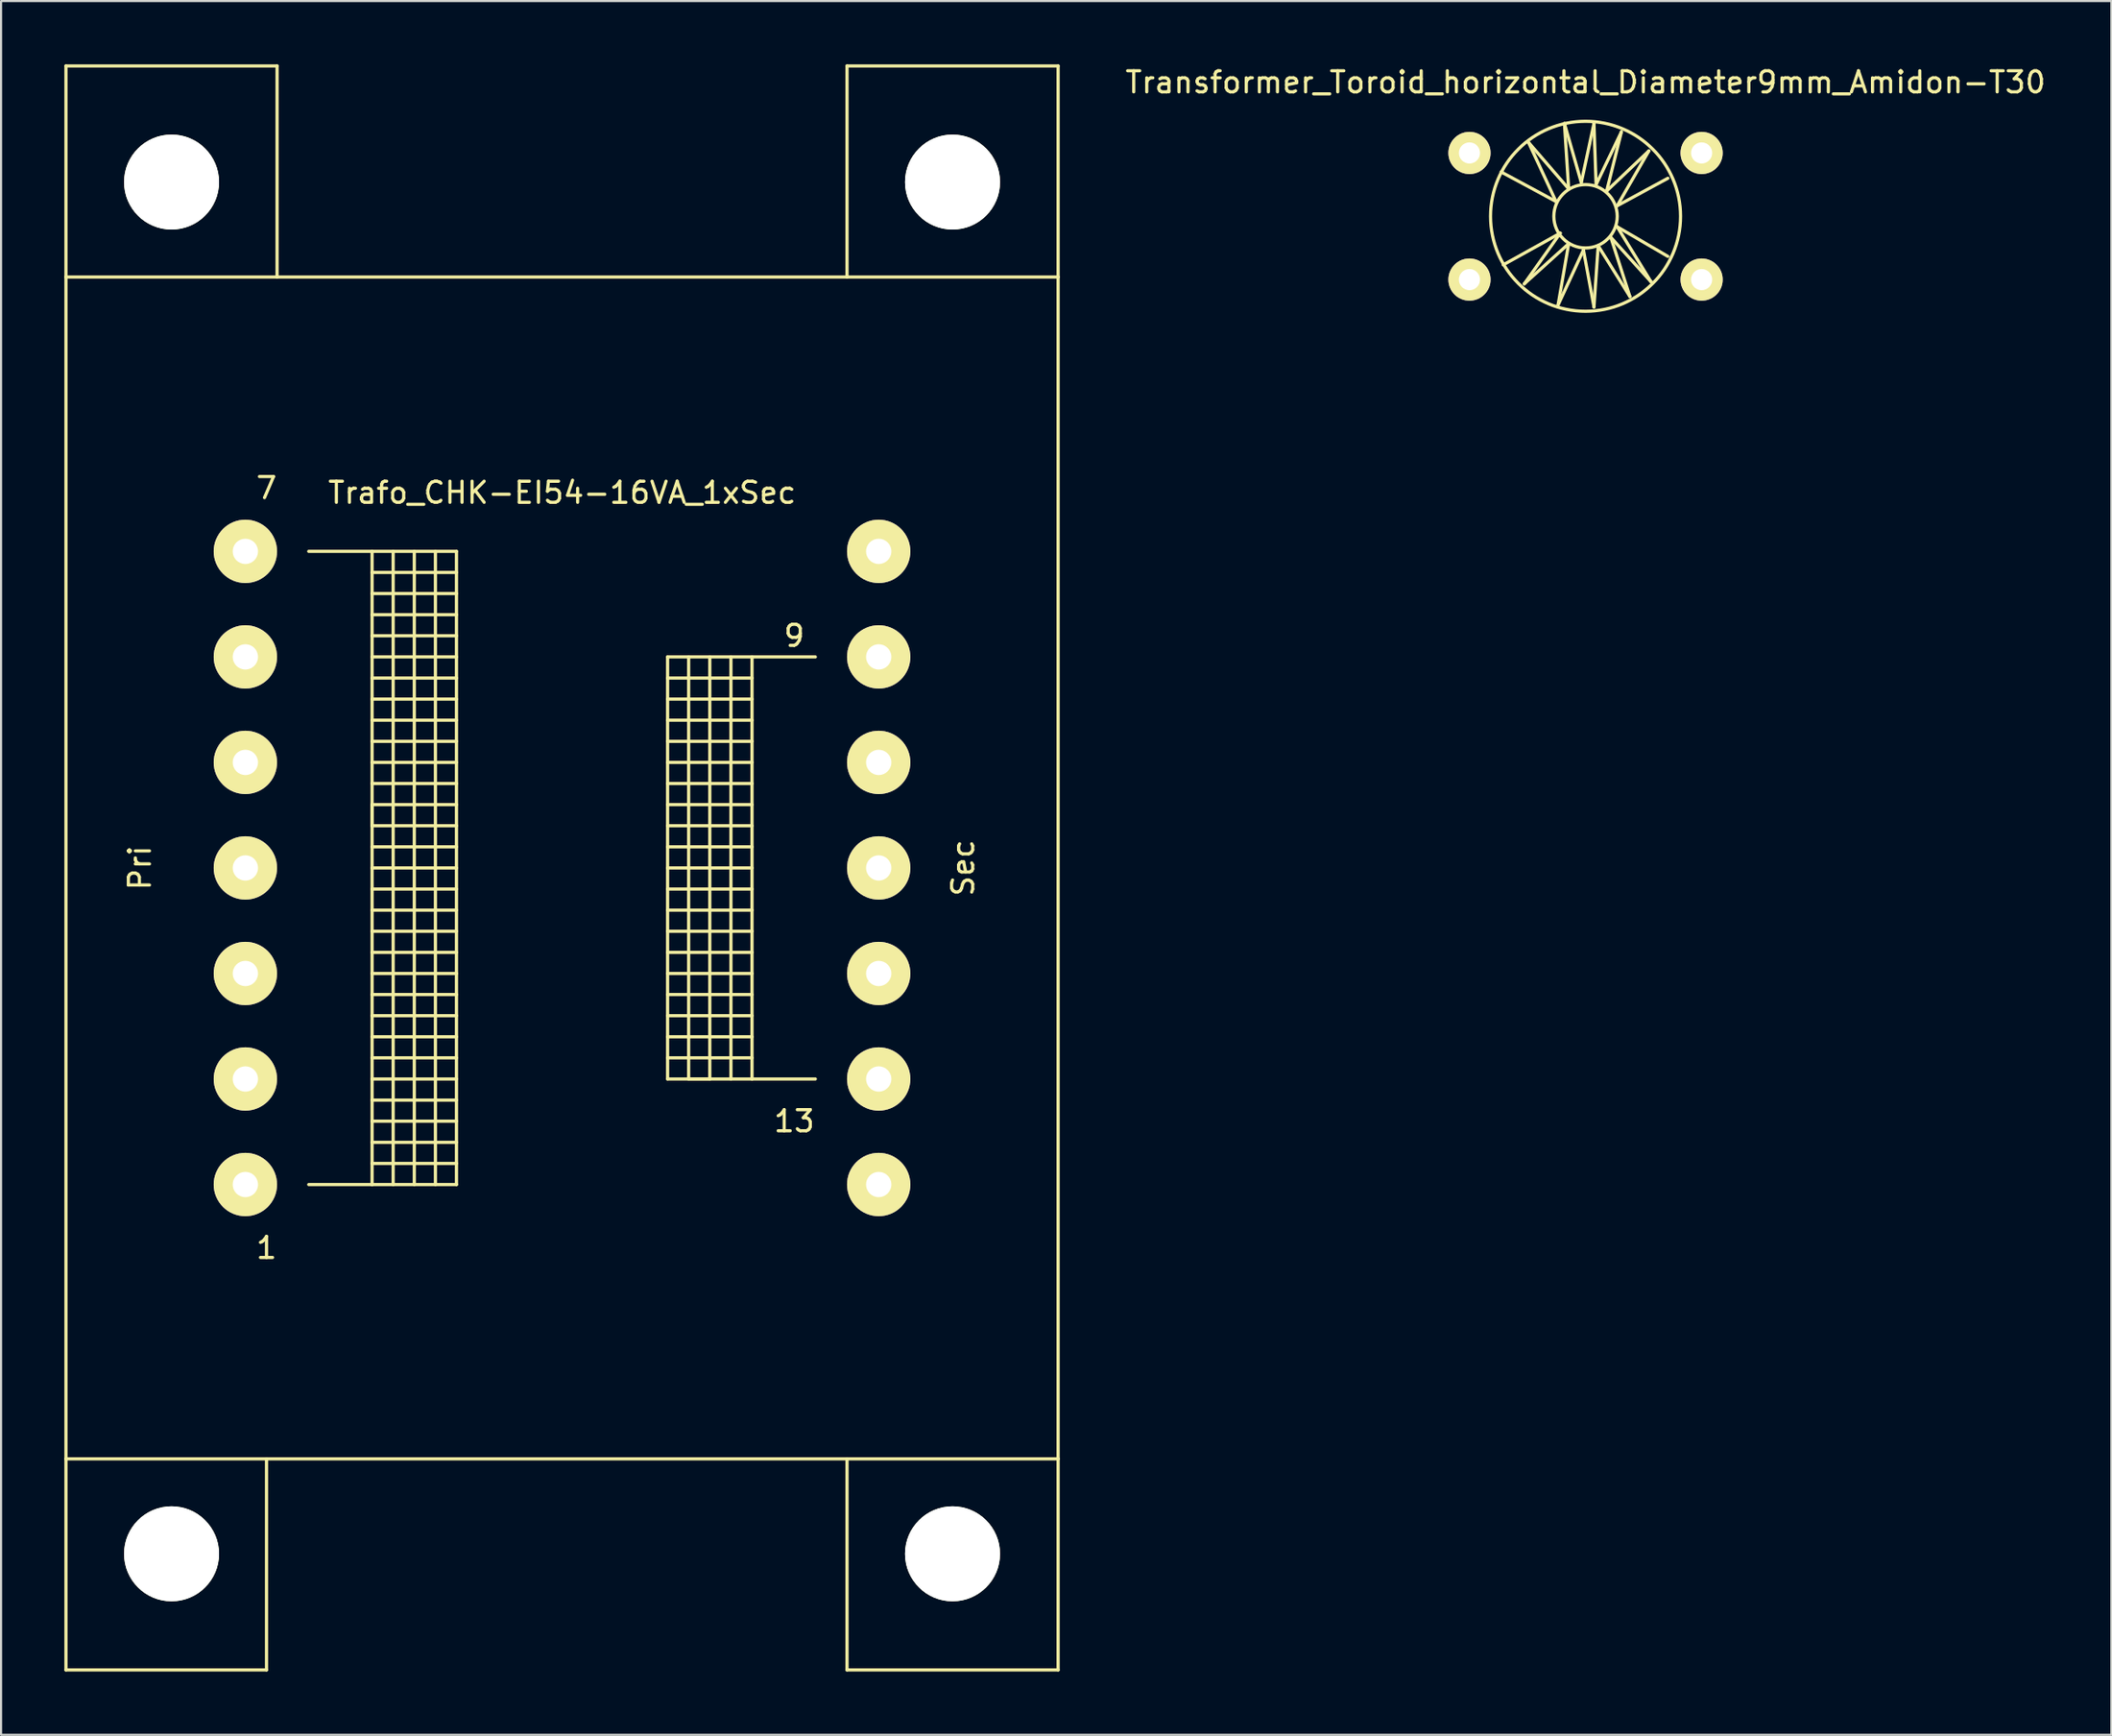
<source format=kicad_pcb>
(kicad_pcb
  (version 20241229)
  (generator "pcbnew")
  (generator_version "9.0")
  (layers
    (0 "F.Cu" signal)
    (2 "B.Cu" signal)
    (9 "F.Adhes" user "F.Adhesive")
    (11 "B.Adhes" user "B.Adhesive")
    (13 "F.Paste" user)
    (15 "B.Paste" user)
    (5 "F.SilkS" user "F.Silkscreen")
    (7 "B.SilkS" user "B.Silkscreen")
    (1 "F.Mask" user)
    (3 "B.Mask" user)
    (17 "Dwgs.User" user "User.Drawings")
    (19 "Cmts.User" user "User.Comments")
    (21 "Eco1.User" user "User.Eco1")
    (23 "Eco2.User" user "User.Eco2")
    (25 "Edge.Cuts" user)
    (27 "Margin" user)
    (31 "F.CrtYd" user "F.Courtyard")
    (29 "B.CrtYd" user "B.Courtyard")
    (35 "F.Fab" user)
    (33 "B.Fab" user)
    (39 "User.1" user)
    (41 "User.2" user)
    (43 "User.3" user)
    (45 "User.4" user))
  (footprint "Trafo_CHK-EI54-16VA_1xSec"
    (layer "F.Cu")
    (at 23.575 38.076)
    (property "Reference" "Trafo_CHK-EI54-16VA_1xSec" (at 0 -17.78 0) (layer "F.SilkS") (effects (font (size 1 1) (thickness 0.15))))
    (attr through_hole)
    (fp_line (start -23.5 -38.001) (end -13.5 -38.001) (stroke (width 0.15) (type solid)) (layer "F.SilkS"))
    (fp_line (start -23.5 -28.001) (end -23.5 -38.001) (stroke (width 0.15) (type solid)) (layer "F.SilkS"))
    (fp_line (start -23.5 -28.001) (end -23.5 28.001) (stroke (width 0.15) (type solid)) (layer "F.SilkS"))
    (fp_line (start -23.5 28.001) (end -23.5 38.001) (stroke (width 0.15) (type solid)) (layer "F.SilkS"))
    (fp_line (start -23.5 28.001) (end 23.5 28.001) (stroke (width 0.15) (type solid)) (layer "F.SilkS"))
    (fp_line (start -23.5 38.001) (end -14 38.001) (stroke (width 0.15) (type solid)) (layer "F.SilkS"))
    (fp_line (start -14 38.001) (end -14 28.001) (stroke (width 0.15) (type solid)) (layer "F.SilkS"))
    (fp_line (start -13.5 -38.001) (end -13.5 -28.001) (stroke (width 0.15) (type solid)) (layer "F.SilkS"))
    (fp_line (start -11.999 -15.001) (end -8.999 -15.001) (stroke (width 0.15) (type solid)) (layer "F.SilkS"))
    (fp_line (start -8.999 -15.001) (end -8.999 15.001) (stroke (width 0.15) (type solid)) (layer "F.SilkS"))
    (fp_line (start -8.999 -15.001) (end -5.001 -15.001) (stroke (width 0.15) (type solid)) (layer "F.SilkS"))
    (fp_line (start -8.999 -14) (end -5.001 -14) (stroke (width 0.15) (type solid)) (layer "F.SilkS"))
    (fp_line (start -8.999 -11.999) (end -5.001 -11.999) (stroke (width 0.15) (type solid)) (layer "F.SilkS"))
    (fp_line (start -8.999 -10) (end -5.001 -10) (stroke (width 0.15) (type solid)) (layer "F.SilkS"))
    (fp_line (start -8.999 -8.001) (end -5.001 -8.001) (stroke (width 0.15) (type solid)) (layer "F.SilkS"))
    (fp_line (start -8.999 -5.999) (end -5.001 -5.999) (stroke (width 0.15) (type solid)) (layer "F.SilkS"))
    (fp_line (start -8.999 -4) (end -5.001 -4) (stroke (width 0.15) (type solid)) (layer "F.SilkS"))
    (fp_line (start -8.999 -3) (end -8.999 -1.999) (stroke (width 0.15) (type solid)) (layer "F.SilkS"))
    (fp_line (start -8.999 -1.999) (end -5.001 -1.999) (stroke (width 0.15) (type solid)) (layer "F.SilkS"))
    (fp_line (start -8.999 0) (end -5.001 0) (stroke (width 0.15) (type solid)) (layer "F.SilkS"))
    (fp_line (start -8.999 1.999) (end -5.001 1.999) (stroke (width 0.15) (type solid)) (layer "F.SilkS"))
    (fp_line (start -8.999 4) (end -5.001 4) (stroke (width 0.15) (type solid)) (layer "F.SilkS"))
    (fp_line (start -8.999 5.999) (end -5.001 5.999) (stroke (width 0.15) (type solid)) (layer "F.SilkS"))
    (fp_line (start -8.999 8.001) (end -5.001 8.001) (stroke (width 0.15) (type solid)) (layer "F.SilkS"))
    (fp_line (start -8.999 10) (end -5.001 10) (stroke (width 0.15) (type solid)) (layer "F.SilkS"))
    (fp_line (start -8.999 11.999) (end -5.001 11.999) (stroke (width 0.15) (type solid)) (layer "F.SilkS"))
    (fp_line (start -8.999 14) (end -5.001 14) (stroke (width 0.15) (type solid)) (layer "F.SilkS"))
    (fp_line (start -8.999 15.001) (end -11.999 15.001) (stroke (width 0.15) (type solid)) (layer "F.SilkS"))
    (fp_line (start -8.001 15.001) (end -8.001 -15.001) (stroke (width 0.15) (type solid)) (layer "F.SilkS"))
    (fp_line (start -7 -15.001) (end -7 15.001) (stroke (width 0.15) (type solid)) (layer "F.SilkS"))
    (fp_line (start -5.999 15.001) (end -5.999 -15.001) (stroke (width 0.15) (type solid)) (layer "F.SilkS"))
    (fp_line (start -5.001 -15.001) (end -5.001 15.001) (stroke (width 0.15) (type solid)) (layer "F.SilkS"))
    (fp_line (start -5.001 -13) (end -8.999 -13) (stroke (width 0.15) (type solid)) (layer "F.SilkS"))
    (fp_line (start -5.001 -11.001) (end -8.999 -11.001) (stroke (width 0.15) (type solid)) (layer "F.SilkS"))
    (fp_line (start -5.001 -8.999) (end -8.999 -8.999) (stroke (width 0.15) (type solid)) (layer "F.SilkS"))
    (fp_line (start -5.001 -7) (end -8.999 -7) (stroke (width 0.15) (type solid)) (layer "F.SilkS"))
    (fp_line (start -5.001 -5.001) (end -8.999 -5.001) (stroke (width 0.15) (type solid)) (layer "F.SilkS"))
    (fp_line (start -5.001 -3) (end -8.999 -3) (stroke (width 0.15) (type solid)) (layer "F.SilkS"))
    (fp_line (start -5.001 -1.001) (end -8.999 -1.001) (stroke (width 0.15) (type solid)) (layer "F.SilkS"))
    (fp_line (start -5.001 1.001) (end -8.999 1.001) (stroke (width 0.15) (type solid)) (layer "F.SilkS"))
    (fp_line (start -5.001 3) (end -8.999 3) (stroke (width 0.15) (type solid)) (layer "F.SilkS"))
    (fp_line (start -5.001 5.001) (end -8.999 5.001) (stroke (width 0.15) (type solid)) (layer "F.SilkS"))
    (fp_line (start -5.001 7) (end -8.999 7) (stroke (width 0.15) (type solid)) (layer "F.SilkS"))
    (fp_line (start -5.001 8.999) (end -8.999 8.999) (stroke (width 0.15) (type solid)) (layer "F.SilkS"))
    (fp_line (start -5.001 11.001) (end -8.999 11.001) (stroke (width 0.15) (type solid)) (layer "F.SilkS"))
    (fp_line (start -5.001 13) (end -8.999 13) (stroke (width 0.15) (type solid)) (layer "F.SilkS"))
    (fp_line (start -5.001 15.001) (end -8.999 15.001) (stroke (width 0.15) (type solid)) (layer "F.SilkS"))
    (fp_line (start 5.001 -10) (end 5.001 10) (stroke (width 0.15) (type solid)) (layer "F.SilkS"))
    (fp_line (start 5.001 -8.999) (end 8.999 -8.999) (stroke (width 0.15) (type solid)) (layer "F.SilkS"))
    (fp_line (start 5.001 -7) (end 8.999 -7) (stroke (width 0.15) (type solid)) (layer "F.SilkS"))
    (fp_line (start 5.001 -5.001) (end 8.999 -5.001) (stroke (width 0.15) (type solid)) (layer "F.SilkS"))
    (fp_line (start 5.001 -3) (end 8.999 -3) (stroke (width 0.15) (type solid)) (layer "F.SilkS"))
    (fp_line (start 5.001 -1.001) (end 8.999 -1.001) (stroke (width 0.15) (type solid)) (layer "F.SilkS"))
    (fp_line (start 5.001 1.001) (end 8.999 1.001) (stroke (width 0.15) (type solid)) (layer "F.SilkS"))
    (fp_line (start 5.001 3) (end 8.999 3) (stroke (width 0.15) (type solid)) (layer "F.SilkS"))
    (fp_line (start 5.001 5.001) (end 8.999 5.001) (stroke (width 0.15) (type solid)) (layer "F.SilkS"))
    (fp_line (start 5.001 7) (end 8.999 7) (stroke (width 0.15) (type solid)) (layer "F.SilkS"))
    (fp_line (start 5.001 8.999) (end 8.999 8.999) (stroke (width 0.15) (type solid)) (layer "F.SilkS"))
    (fp_line (start 5.001 10) (end 8.999 10) (stroke (width 0.15) (type solid)) (layer "F.SilkS"))
    (fp_line (start 5.999 10) (end 5.999 -10) (stroke (width 0.15) (type solid)) (layer "F.SilkS"))
    (fp_line (start 7 -10) (end 7 10) (stroke (width 0.15) (type solid)) (layer "F.SilkS"))
    (fp_line (start 7 10) (end 5.999 10) (stroke (width 0.15) (type solid)) (layer "F.SilkS"))
    (fp_line (start 8.001 10) (end 8.001 -10) (stroke (width 0.15) (type solid)) (layer "F.SilkS"))
    (fp_line (start 8.999 -10) (end 5.001 -10) (stroke (width 0.15) (type solid)) (layer "F.SilkS"))
    (fp_line (start 8.999 -10) (end 8.999 10) (stroke (width 0.15) (type solid)) (layer "F.SilkS"))
    (fp_line (start 8.999 -8.001) (end 5.001 -8.001) (stroke (width 0.15) (type solid)) (layer "F.SilkS"))
    (fp_line (start 8.999 -5.999) (end 5.001 -5.999) (stroke (width 0.15) (type solid)) (layer "F.SilkS"))
    (fp_line (start 8.999 -4) (end 5.001 -4) (stroke (width 0.15) (type solid)) (layer "F.SilkS"))
    (fp_line (start 8.999 -1.999) (end 5.001 -1.999) (stroke (width 0.15) (type solid)) (layer "F.SilkS"))
    (fp_line (start 8.999 0) (end 5.001 0) (stroke (width 0.15) (type solid)) (layer "F.SilkS"))
    (fp_line (start 8.999 1.999) (end 5.001 1.999) (stroke (width 0.15) (type solid)) (layer "F.SilkS"))
    (fp_line (start 8.999 4) (end 5.001 4) (stroke (width 0.15) (type solid)) (layer "F.SilkS"))
    (fp_line (start 8.999 5.999) (end 5.001 5.999) (stroke (width 0.15) (type solid)) (layer "F.SilkS"))
    (fp_line (start 8.999 8.001) (end 5.001 8.001) (stroke (width 0.15) (type solid)) (layer "F.SilkS"))
    (fp_line (start 8.999 10) (end 11.999 10) (stroke (width 0.15) (type solid)) (layer "F.SilkS"))
    (fp_line (start 11.999 -10) (end 8.999 -10) (stroke (width 0.15) (type solid)) (layer "F.SilkS"))
    (fp_line (start 13.5 -38.001) (end 13.5 -28.001) (stroke (width 0.15) (type solid)) (layer "F.SilkS"))
    (fp_line (start 13.5 38.001) (end 13.5 28.001) (stroke (width 0.15) (type solid)) (layer "F.SilkS"))
    (fp_line (start 23.5 -38.001) (end 13.5 -38.001) (stroke (width 0.15) (type solid)) (layer "F.SilkS"))
    (fp_line (start 23.5 -28.001) (end -23.5 -28.001) (stroke (width 0.15) (type solid)) (layer "F.SilkS"))
    (fp_line (start 23.5 -28.001) (end 23.5 -38.001) (stroke (width 0.15) (type solid)) (layer "F.SilkS"))
    (fp_line (start 23.5 28.001) (end 23.5 -28.001) (stroke (width 0.15) (type solid)) (layer "F.SilkS"))
    (fp_line (start 23.5 28.001) (end 23.5 38.001) (stroke (width 0.15) (type solid)) (layer "F.SilkS"))
    (fp_line (start 23.5 38.001) (end 13.5 38.001) (stroke (width 0.15) (type solid)) (layer "F.SilkS"))
    (fp_text user "9" (at 10.998 -11.001 0) (layer "F.SilkS") (effects (font (size 1 1) (thickness 0.15))))
    (fp_text user "Sec" (at 18.999 0 90) (layer "F.SilkS") (effects (font (size 1 1) (thickness 0.15))))
    (fp_text user "Pri" (at -20 0 90) (layer "F.SilkS") (effects (font (size 1 1) (thickness 0.15))))
    (fp_text user "7" (at -14 -18.001 0) (layer "F.SilkS") (effects (font (size 1 1) (thickness 0.15))))
    (fp_text user "13" (at 11.001 11.999 0) (layer "F.SilkS") (effects (font (size 1 1) (thickness 0.15))))
    (fp_text user "1" (at -14 18.001 0) (layer "F.SilkS") (effects (font (size 1 1) (thickness 0.15))))
    (pad "" np_thru_hole circle (at -18.499 -32.499) (size 4.501 4.501) (drill 4.501) (layers "*.Cu" "*.Mask" "F.SilkS"))
    (pad "" np_thru_hole circle (at -18.499 32.499) (size 4.501 4.501) (drill 4.501) (layers "*.Cu" "*.Mask" "F.SilkS"))
    (pad "" np_thru_hole circle (at 18.499 -32.499) (size 4.501 4.501) (drill 4.501) (layers "*.Cu" "*.Mask" "F.SilkS"))
    (pad "" np_thru_hole circle (at 18.499 32.499) (size 4.501 4.501) (drill 4.501) (layers "*.Cu" "*.Mask" "F.SilkS"))
    (pad "1" thru_hole circle (at -15.001 15.001) (size 3 3) (drill 1.199) (layers "*.Cu" "*.Mask" "F.SilkS"))
    (pad "2" thru_hole circle (at -15.001 10) (size 3 3) (drill 1.199) (layers "*.Cu" "*.Mask" "F.SilkS"))
    (pad "3" thru_hole circle (at -15.001 5.001) (size 3 3) (drill 1.199) (layers "*.Cu" "*.Mask" "F.SilkS"))
    (pad "4" thru_hole circle (at -15.001 0) (size 3 3) (drill 1.199) (layers "*.Cu" "*.Mask" "F.SilkS"))
    (pad "5" thru_hole circle (at -15.001 -5.001) (size 3 3) (drill 1.199) (layers "*.Cu" "*.Mask" "F.SilkS"))
    (pad "6" thru_hole circle (at -15.001 -10) (size 3 3) (drill 1.199) (layers "*.Cu" "*.Mask" "F.SilkS"))
    (pad "7" thru_hole circle (at -15.001 -15.001) (size 3 3) (drill 1.199) (layers "*.Cu" "*.Mask" "F.SilkS"))
    (pad "8" thru_hole circle (at 15.001 -15.001) (size 3 3) (drill 1.199) (layers "*.Cu" "*.Mask" "F.SilkS"))
    (pad "9" thru_hole circle (at 15.001 -10) (size 3 3) (drill 1.199) (layers "*.Cu" "*.Mask" "F.SilkS"))
    (pad "10" thru_hole circle (at 15.001 -5.001) (size 3 3) (drill 1.199) (layers "*.Cu" "*.Mask" "F.SilkS"))
    (pad "11" thru_hole circle (at 15.001 0) (size 3 3) (drill 1.199) (layers "*.Cu" "*.Mask" "F.SilkS"))
    (pad "12" thru_hole circle (at 15.001 5.001) (size 3 3) (drill 1.199) (layers "*.Cu" "*.Mask" "F.SilkS"))
    (pad "13" thru_hole circle (at 15.001 10) (size 3 3) (drill 1.199) (layers "*.Cu" "*.Mask" "F.SilkS"))
    (pad "14" thru_hole circle (at 15.001 15.001) (size 3 3) (drill 1.199) (layers "*.Cu" "*.Mask" "F.SilkS")))
  (footprint "Transformer_Toroid_horizontal_Diameter9mm_Amidon-T30"
    (layer "F.Cu")
    (at 72.061 7.198)
    (property "Reference" "Transformer_Toroid_horizontal_Diameter9mm_Amidon-T30" (at 0 -6.35 0) (layer "F.SilkS") (effects (font (size 1 1) (thickness 0.15))))
    (attr through_hole)
    (fp_line (start -4 -2.101) (end -1.4 -0.701) (stroke (width 0.15) (type solid)) (layer "F.SilkS"))
    (fp_line (start -3.899 2.301) (end -1.199 0.8) (stroke (width 0.15) (type solid)) (layer "F.SilkS"))
    (fp_line (start -2.901 3.2) (end -0.8 1.3) (stroke (width 0.15) (type solid)) (layer "F.SilkS"))
    (fp_line (start -2.7 -3.5) (end -0.8 -1.3) (stroke (width 0.15) (type solid)) (layer "F.SilkS"))
    (fp_line (start -1.4 -0.701) (end -2.7 -3.5) (stroke (width 0.15) (type solid)) (layer "F.SilkS"))
    (fp_line (start -1.3 4.201) (end -0.099 1.6) (stroke (width 0.15) (type solid)) (layer "F.SilkS"))
    (fp_line (start -1.199 0.8) (end -2.901 3.2) (stroke (width 0.15) (type solid)) (layer "F.SilkS"))
    (fp_line (start -1.001 -4.399) (end -0.201 -1.6) (stroke (width 0.15) (type solid)) (layer "F.SilkS"))
    (fp_line (start -0.8 -1.3) (end -1.001 -4.399) (stroke (width 0.15) (type solid)) (layer "F.SilkS"))
    (fp_line (start -0.8 1.3) (end -1.3 4.201) (stroke (width 0.15) (type solid)) (layer "F.SilkS"))
    (fp_line (start -0.201 -1.6) (end 0.399 -4.399) (stroke (width 0.15) (type solid)) (layer "F.SilkS"))
    (fp_line (start -0.099 1.6) (end 0.399 4.3) (stroke (width 0.15) (type solid)) (layer "F.SilkS"))
    (fp_line (start 0.399 -4.399) (end 0.5 -1.501) (stroke (width 0.15) (type solid)) (layer "F.SilkS"))
    (fp_line (start 0.399 4.3) (end 0.599 1.4) (stroke (width 0.15) (type solid)) (layer "F.SilkS"))
    (fp_line (start 0.5 -1.501) (end 1.699 -4) (stroke (width 0.15) (type solid)) (layer "F.SilkS"))
    (fp_line (start 0.599 1.4) (end 2.101 3.8) (stroke (width 0.15) (type solid)) (layer "F.SilkS"))
    (fp_line (start 1.001 -1.199) (end 3 -3.099) (stroke (width 0.15) (type solid)) (layer "F.SilkS"))
    (fp_line (start 1.199 1.001) (end 3.099 3.099) (stroke (width 0.15) (type solid)) (layer "F.SilkS"))
    (fp_line (start 1.501 -0.5) (end 3.899 -1.801) (stroke (width 0.15) (type solid)) (layer "F.SilkS"))
    (fp_line (start 1.501 0.5) (end 3.899 1.9) (stroke (width 0.15) (type solid)) (layer "F.SilkS"))
    (fp_line (start 1.699 -4) (end 1.001 -1.199) (stroke (width 0.15) (type solid)) (layer "F.SilkS"))
    (fp_line (start 2.101 3.8) (end 1.199 1.001) (stroke (width 0.15) (type solid)) (layer "F.SilkS"))
    (fp_line (start 3 -3.099) (end 1.501 -0.5) (stroke (width 0.15) (type solid)) (layer "F.SilkS"))
    (fp_line (start 3.099 3.099) (end 1.501 0.5) (stroke (width 0.15) (type solid)) (layer "F.SilkS"))
    (fp_circle (center 0 0) (end 1.501 0) (stroke (width 0.15) (type solid)) (fill no) (layer "F.SilkS"))
    (fp_circle (center 0 0) (end 4.501 0) (stroke (width 0.15) (type solid)) (fill no) (layer "F.SilkS"))
    (pad "1" thru_hole circle (at -5.499 3) (size 1.999 1.999) (drill 1.001) (layers "*.Cu" "*.Mask" "F.SilkS"))
    (pad "2" thru_hole circle (at 5.499 3) (size 1.999 1.999) (drill 1.001) (layers "*.Cu" "*.Mask" "F.SilkS"))
    (pad "3" thru_hole circle (at -5.499 -3) (size 1.999 1.999) (drill 1.001) (layers "*.Cu" "*.Mask" "F.SilkS"))
    (pad "4" thru_hole circle (at 5.499 -3) (size 1.999 1.999) (drill 1.001) (layers "*.Cu" "*.Mask" "F.SilkS")))
  (gr_rect
    (start -3 -3)
    (end 96.972 79.152)
    (stroke (width 0.1) (type default))
    (fill no)
    (layer "Edge.Cuts")))
</source>
